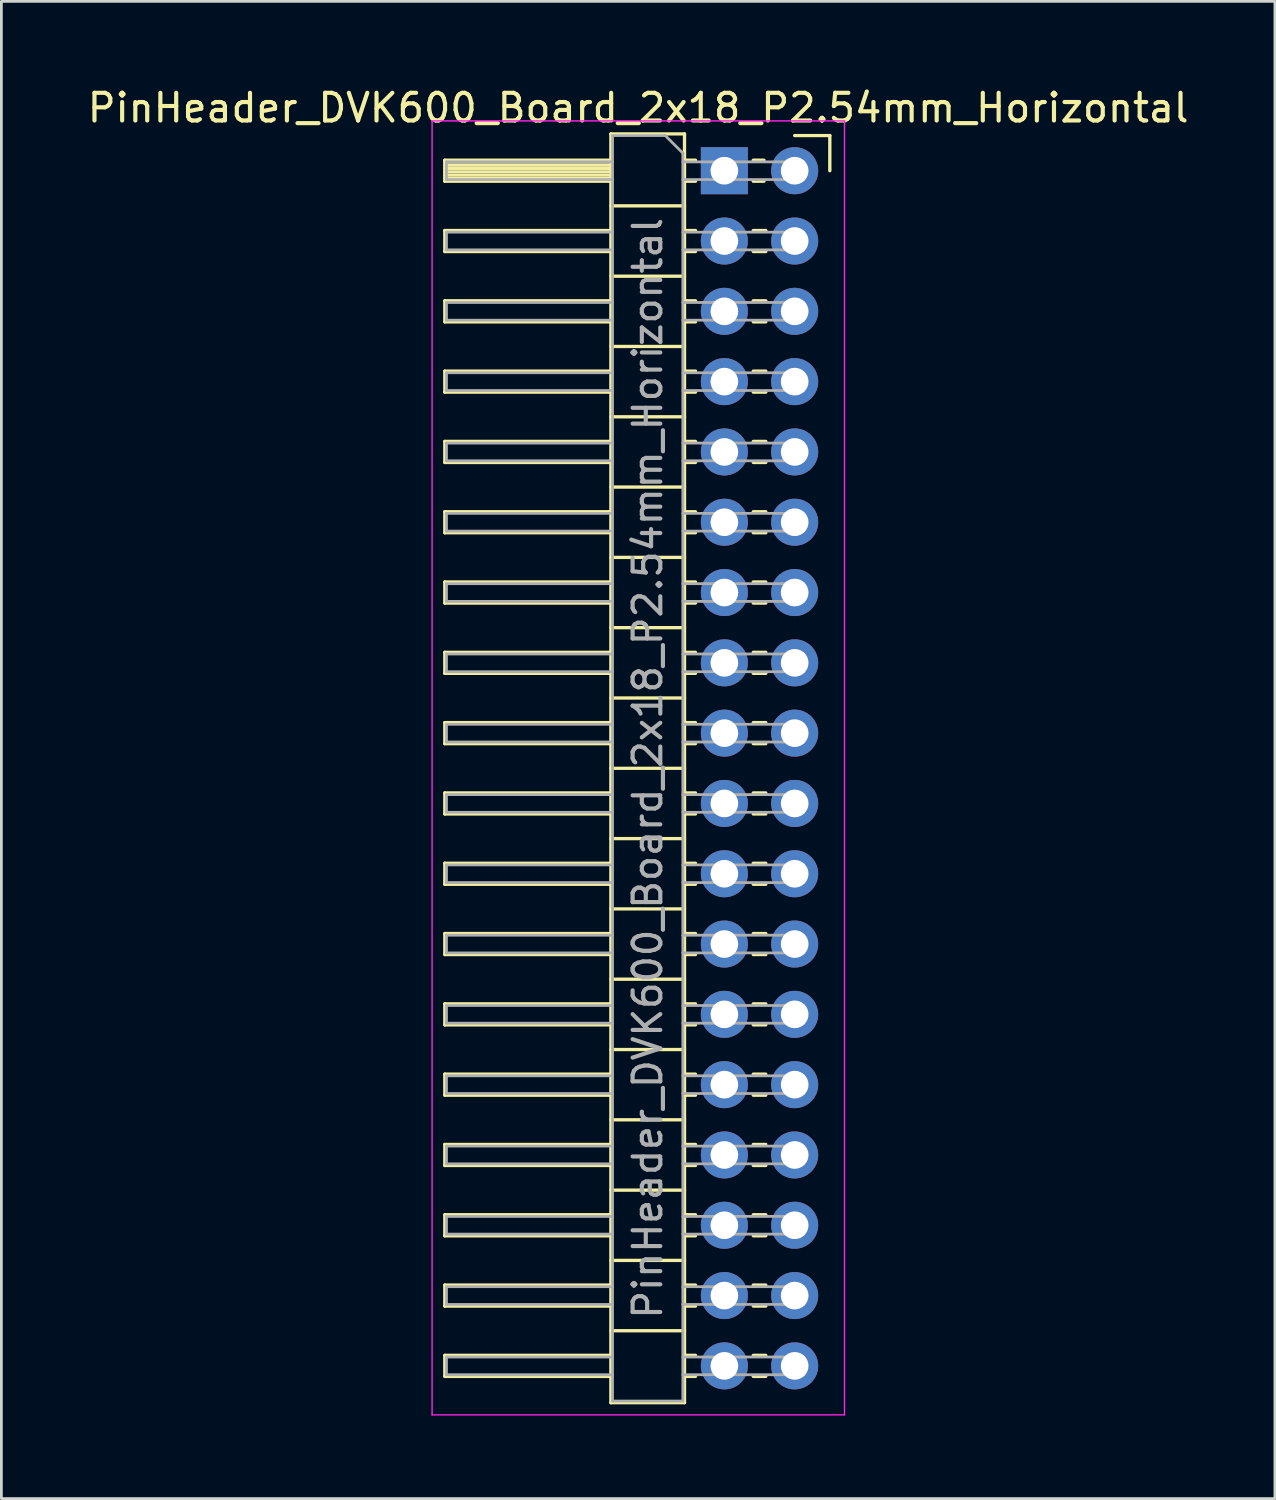
<source format=kicad_pcb>
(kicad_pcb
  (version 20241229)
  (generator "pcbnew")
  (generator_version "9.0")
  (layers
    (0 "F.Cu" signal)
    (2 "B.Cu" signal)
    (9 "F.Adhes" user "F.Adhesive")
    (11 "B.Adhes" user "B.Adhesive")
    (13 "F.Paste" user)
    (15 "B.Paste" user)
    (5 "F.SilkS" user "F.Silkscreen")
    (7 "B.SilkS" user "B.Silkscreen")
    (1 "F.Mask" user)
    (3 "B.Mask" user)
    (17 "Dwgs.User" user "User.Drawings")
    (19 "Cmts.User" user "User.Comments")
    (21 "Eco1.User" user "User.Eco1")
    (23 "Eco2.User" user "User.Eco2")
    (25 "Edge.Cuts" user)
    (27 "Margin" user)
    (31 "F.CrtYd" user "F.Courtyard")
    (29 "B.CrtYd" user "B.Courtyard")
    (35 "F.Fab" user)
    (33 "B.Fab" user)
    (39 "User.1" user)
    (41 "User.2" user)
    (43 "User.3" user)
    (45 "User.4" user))
  (footprint "PinHeader_DVK600_Board_2x18_P2.54mm_Horizontal"
    (layer "F.Cu")
    (at 14.231 3.118)
    (property "Reference" "PinHeader_DVK600_Board_2x18_P2.54mm_Horizontal" (at 5.775 -2.27 0) (layer "F.SilkS") (effects (font (size 1 1) (thickness 0.15))))
    (attr through_hole)
    (fp_line (start -1.21 -0.38) (end -1.21 0.38) (stroke (width 0.12) (type solid)) (layer "F.SilkS"))
    (fp_line (start -1.21 0.38) (end 4.79 0.38) (stroke (width 0.12) (type solid)) (layer "F.SilkS"))
    (fp_line (start -1.21 2.16) (end -1.21 2.92) (stroke (width 0.12) (type solid)) (layer "F.SilkS"))
    (fp_line (start -1.21 2.92) (end 4.79 2.92) (stroke (width 0.12) (type solid)) (layer "F.SilkS"))
    (fp_line (start -1.21 4.7) (end -1.21 5.46) (stroke (width 0.12) (type solid)) (layer "F.SilkS"))
    (fp_line (start -1.21 5.46) (end 4.79 5.46) (stroke (width 0.12) (type solid)) (layer "F.SilkS"))
    (fp_line (start -1.21 7.24) (end -1.21 8) (stroke (width 0.12) (type solid)) (layer "F.SilkS"))
    (fp_line (start -1.21 8) (end 4.79 8) (stroke (width 0.12) (type solid)) (layer "F.SilkS"))
    (fp_line (start -1.21 9.78) (end -1.21 10.54) (stroke (width 0.12) (type solid)) (layer "F.SilkS"))
    (fp_line (start -1.21 10.54) (end 4.79 10.54) (stroke (width 0.12) (type solid)) (layer "F.SilkS"))
    (fp_line (start -1.21 12.32) (end -1.21 13.08) (stroke (width 0.12) (type solid)) (layer "F.SilkS"))
    (fp_line (start -1.21 13.08) (end 4.79 13.08) (stroke (width 0.12) (type solid)) (layer "F.SilkS"))
    (fp_line (start -1.21 14.86) (end -1.21 15.62) (stroke (width 0.12) (type solid)) (layer "F.SilkS"))
    (fp_line (start -1.21 15.62) (end 4.79 15.62) (stroke (width 0.12) (type solid)) (layer "F.SilkS"))
    (fp_line (start -1.21 17.4) (end -1.21 18.16) (stroke (width 0.12) (type solid)) (layer "F.SilkS"))
    (fp_line (start -1.21 18.16) (end 4.79 18.16) (stroke (width 0.12) (type solid)) (layer "F.SilkS"))
    (fp_line (start -1.21 19.94) (end -1.21 20.7) (stroke (width 0.12) (type solid)) (layer "F.SilkS"))
    (fp_line (start -1.21 20.7) (end 4.79 20.7) (stroke (width 0.12) (type solid)) (layer "F.SilkS"))
    (fp_line (start -1.21 22.48) (end -1.21 23.24) (stroke (width 0.12) (type solid)) (layer "F.SilkS"))
    (fp_line (start -1.21 23.24) (end 4.79 23.24) (stroke (width 0.12) (type solid)) (layer "F.SilkS"))
    (fp_line (start -1.21 25.02) (end -1.21 25.78) (stroke (width 0.12) (type solid)) (layer "F.SilkS"))
    (fp_line (start -1.21 25.78) (end 4.79 25.78) (stroke (width 0.12) (type solid)) (layer "F.SilkS"))
    (fp_line (start -1.21 27.56) (end -1.21 28.32) (stroke (width 0.12) (type solid)) (layer "F.SilkS"))
    (fp_line (start -1.21 28.32) (end 4.79 28.32) (stroke (width 0.12) (type solid)) (layer "F.SilkS"))
    (fp_line (start -1.21 30.1) (end -1.21 30.86) (stroke (width 0.12) (type solid)) (layer "F.SilkS"))
    (fp_line (start -1.21 30.86) (end 4.79 30.86) (stroke (width 0.12) (type solid)) (layer "F.SilkS"))
    (fp_line (start -1.21 32.64) (end -1.21 33.4) (stroke (width 0.12) (type solid)) (layer "F.SilkS"))
    (fp_line (start -1.21 33.4) (end 4.79 33.4) (stroke (width 0.12) (type solid)) (layer "F.SilkS"))
    (fp_line (start -1.21 35.18) (end -1.21 35.94) (stroke (width 0.12) (type solid)) (layer "F.SilkS"))
    (fp_line (start -1.21 35.94) (end 4.79 35.94) (stroke (width 0.12) (type solid)) (layer "F.SilkS"))
    (fp_line (start -1.21 37.72) (end -1.21 38.48) (stroke (width 0.12) (type solid)) (layer "F.SilkS"))
    (fp_line (start -1.21 38.48) (end 4.79 38.48) (stroke (width 0.12) (type solid)) (layer "F.SilkS"))
    (fp_line (start -1.21 40.26) (end -1.21 41.02) (stroke (width 0.12) (type solid)) (layer "F.SilkS"))
    (fp_line (start -1.21 41.02) (end 4.79 41.02) (stroke (width 0.12) (type solid)) (layer "F.SilkS"))
    (fp_line (start -1.21 42.8) (end -1.21 43.56) (stroke (width 0.12) (type solid)) (layer "F.SilkS"))
    (fp_line (start -1.21 43.56) (end 4.79 43.56) (stroke (width 0.12) (type solid)) (layer "F.SilkS"))
    (fp_line (start 4.79 -1.33) (end 7.45 -1.33) (stroke (width 0.12) (type solid)) (layer "F.SilkS"))
    (fp_line (start 4.79 -0.38) (end -1.21 -0.38) (stroke (width 0.12) (type solid)) (layer "F.SilkS"))
    (fp_line (start 4.79 -0.32) (end -1.21 -0.32) (stroke (width 0.12) (type solid)) (layer "F.SilkS"))
    (fp_line (start 4.79 -0.2) (end -1.21 -0.2) (stroke (width 0.12) (type solid)) (layer "F.SilkS"))
    (fp_line (start 4.79 -0.08) (end -1.21 -0.08) (stroke (width 0.12) (type solid)) (layer "F.SilkS"))
    (fp_line (start 4.79 0.04) (end -1.21 0.04) (stroke (width 0.12) (type solid)) (layer "F.SilkS"))
    (fp_line (start 4.79 0.16) (end -1.21 0.16) (stroke (width 0.12) (type solid)) (layer "F.SilkS"))
    (fp_line (start 4.79 0.28) (end -1.21 0.28) (stroke (width 0.12) (type solid)) (layer "F.SilkS"))
    (fp_line (start 4.79 2.16) (end -1.21 2.16) (stroke (width 0.12) (type solid)) (layer "F.SilkS"))
    (fp_line (start 4.79 4.7) (end -1.21 4.7) (stroke (width 0.12) (type solid)) (layer "F.SilkS"))
    (fp_line (start 4.79 7.24) (end -1.21 7.24) (stroke (width 0.12) (type solid)) (layer "F.SilkS"))
    (fp_line (start 4.79 9.78) (end -1.21 9.78) (stroke (width 0.12) (type solid)) (layer "F.SilkS"))
    (fp_line (start 4.79 12.32) (end -1.21 12.32) (stroke (width 0.12) (type solid)) (layer "F.SilkS"))
    (fp_line (start 4.79 14.86) (end -1.21 14.86) (stroke (width 0.12) (type solid)) (layer "F.SilkS"))
    (fp_line (start 4.79 17.4) (end -1.21 17.4) (stroke (width 0.12) (type solid)) (layer "F.SilkS"))
    (fp_line (start 4.79 19.94) (end -1.21 19.94) (stroke (width 0.12) (type solid)) (layer "F.SilkS"))
    (fp_line (start 4.79 22.48) (end -1.21 22.48) (stroke (width 0.12) (type solid)) (layer "F.SilkS"))
    (fp_line (start 4.79 25.02) (end -1.21 25.02) (stroke (width 0.12) (type solid)) (layer "F.SilkS"))
    (fp_line (start 4.79 27.56) (end -1.21 27.56) (stroke (width 0.12) (type solid)) (layer "F.SilkS"))
    (fp_line (start 4.79 30.1) (end -1.21 30.1) (stroke (width 0.12) (type solid)) (layer "F.SilkS"))
    (fp_line (start 4.79 32.64) (end -1.21 32.64) (stroke (width 0.12) (type solid)) (layer "F.SilkS"))
    (fp_line (start 4.79 35.18) (end -1.21 35.18) (stroke (width 0.12) (type solid)) (layer "F.SilkS"))
    (fp_line (start 4.79 37.72) (end -1.21 37.72) (stroke (width 0.12) (type solid)) (layer "F.SilkS"))
    (fp_line (start 4.79 40.26) (end -1.21 40.26) (stroke (width 0.12) (type solid)) (layer "F.SilkS"))
    (fp_line (start 4.79 42.8) (end -1.21 42.8) (stroke (width 0.12) (type solid)) (layer "F.SilkS"))
    (fp_line (start 4.79 44.51) (end 4.79 -1.33) (stroke (width 0.12) (type solid)) (layer "F.SilkS"))
    (fp_line (start 7.45 -1.33) (end 7.45 44.51) (stroke (width 0.12) (type solid)) (layer "F.SilkS"))
    (fp_line (start 7.45 1.27) (end 4.79 1.27) (stroke (width 0.12) (type solid)) (layer "F.SilkS"))
    (fp_line (start 7.45 3.81) (end 4.79 3.81) (stroke (width 0.12) (type solid)) (layer "F.SilkS"))
    (fp_line (start 7.45 6.35) (end 4.79 6.35) (stroke (width 0.12) (type solid)) (layer "F.SilkS"))
    (fp_line (start 7.45 8.89) (end 4.79 8.89) (stroke (width 0.12) (type solid)) (layer "F.SilkS"))
    (fp_line (start 7.45 11.43) (end 4.79 11.43) (stroke (width 0.12) (type solid)) (layer "F.SilkS"))
    (fp_line (start 7.45 13.97) (end 4.79 13.97) (stroke (width 0.12) (type solid)) (layer "F.SilkS"))
    (fp_line (start 7.45 16.51) (end 4.79 16.51) (stroke (width 0.12) (type solid)) (layer "F.SilkS"))
    (fp_line (start 7.45 19.05) (end 4.79 19.05) (stroke (width 0.12) (type solid)) (layer "F.SilkS"))
    (fp_line (start 7.45 21.59) (end 4.79 21.59) (stroke (width 0.12) (type solid)) (layer "F.SilkS"))
    (fp_line (start 7.45 24.13) (end 4.79 24.13) (stroke (width 0.12) (type solid)) (layer "F.SilkS"))
    (fp_line (start 7.45 26.67) (end 4.79 26.67) (stroke (width 0.12) (type solid)) (layer "F.SilkS"))
    (fp_line (start 7.45 29.21) (end 4.79 29.21) (stroke (width 0.12) (type solid)) (layer "F.SilkS"))
    (fp_line (start 7.45 31.75) (end 4.79 31.75) (stroke (width 0.12) (type solid)) (layer "F.SilkS"))
    (fp_line (start 7.45 34.29) (end 4.79 34.29) (stroke (width 0.12) (type solid)) (layer "F.SilkS"))
    (fp_line (start 7.45 36.83) (end 4.79 36.83) (stroke (width 0.12) (type solid)) (layer "F.SilkS"))
    (fp_line (start 7.45 39.37) (end 4.79 39.37) (stroke (width 0.12) (type solid)) (layer "F.SilkS"))
    (fp_line (start 7.45 41.91) (end 4.79 41.91) (stroke (width 0.12) (type solid)) (layer "F.SilkS"))
    (fp_line (start 7.45 44.51) (end 4.79 44.51) (stroke (width 0.12) (type solid)) (layer "F.SilkS"))
    (fp_line (start 7.847 -0.38) (end 7.45 -0.38) (stroke (width 0.12) (type solid)) (layer "F.SilkS"))
    (fp_line (start 7.847 0.38) (end 7.45 0.38) (stroke (width 0.12) (type solid)) (layer "F.SilkS"))
    (fp_line (start 7.847 2.16) (end 7.45 2.16) (stroke (width 0.12) (type solid)) (layer "F.SilkS"))
    (fp_line (start 7.847 2.92) (end 7.45 2.92) (stroke (width 0.12) (type solid)) (layer "F.SilkS"))
    (fp_line (start 7.847 4.7) (end 7.45 4.7) (stroke (width 0.12) (type solid)) (layer "F.SilkS"))
    (fp_line (start 7.847 5.46) (end 7.45 5.46) (stroke (width 0.12) (type solid)) (layer "F.SilkS"))
    (fp_line (start 7.847 7.24) (end 7.45 7.24) (stroke (width 0.12) (type solid)) (layer "F.SilkS"))
    (fp_line (start 7.847 8) (end 7.45 8) (stroke (width 0.12) (type solid)) (layer "F.SilkS"))
    (fp_line (start 7.847 9.78) (end 7.45 9.78) (stroke (width 0.12) (type solid)) (layer "F.SilkS"))
    (fp_line (start 7.847 10.54) (end 7.45 10.54) (stroke (width 0.12) (type solid)) (layer "F.SilkS"))
    (fp_line (start 7.847 12.32) (end 7.45 12.32) (stroke (width 0.12) (type solid)) (layer "F.SilkS"))
    (fp_line (start 7.847 13.08) (end 7.45 13.08) (stroke (width 0.12) (type solid)) (layer "F.SilkS"))
    (fp_line (start 7.847 14.86) (end 7.45 14.86) (stroke (width 0.12) (type solid)) (layer "F.SilkS"))
    (fp_line (start 7.847 15.62) (end 7.45 15.62) (stroke (width 0.12) (type solid)) (layer "F.SilkS"))
    (fp_line (start 7.847 17.4) (end 7.45 17.4) (stroke (width 0.12) (type solid)) (layer "F.SilkS"))
    (fp_line (start 7.847 18.16) (end 7.45 18.16) (stroke (width 0.12) (type solid)) (layer "F.SilkS"))
    (fp_line (start 7.847 19.94) (end 7.45 19.94) (stroke (width 0.12) (type solid)) (layer "F.SilkS"))
    (fp_line (start 7.847 20.7) (end 7.45 20.7) (stroke (width 0.12) (type solid)) (layer "F.SilkS"))
    (fp_line (start 7.847 22.48) (end 7.45 22.48) (stroke (width 0.12) (type solid)) (layer "F.SilkS"))
    (fp_line (start 7.847 23.24) (end 7.45 23.24) (stroke (width 0.12) (type solid)) (layer "F.SilkS"))
    (fp_line (start 7.847 25.02) (end 7.45 25.02) (stroke (width 0.12) (type solid)) (layer "F.SilkS"))
    (fp_line (start 7.847 25.78) (end 7.45 25.78) (stroke (width 0.12) (type solid)) (layer "F.SilkS"))
    (fp_line (start 7.847 27.56) (end 7.45 27.56) (stroke (width 0.12) (type solid)) (layer "F.SilkS"))
    (fp_line (start 7.847 28.32) (end 7.45 28.32) (stroke (width 0.12) (type solid)) (layer "F.SilkS"))
    (fp_line (start 7.847 30.1) (end 7.45 30.1) (stroke (width 0.12) (type solid)) (layer "F.SilkS"))
    (fp_line (start 7.847 30.86) (end 7.45 30.86) (stroke (width 0.12) (type solid)) (layer "F.SilkS"))
    (fp_line (start 7.847 32.64) (end 7.45 32.64) (stroke (width 0.12) (type solid)) (layer "F.SilkS"))
    (fp_line (start 7.847 33.4) (end 7.45 33.4) (stroke (width 0.12) (type solid)) (layer "F.SilkS"))
    (fp_line (start 7.847 35.18) (end 7.45 35.18) (stroke (width 0.12) (type solid)) (layer "F.SilkS"))
    (fp_line (start 7.847 35.94) (end 7.45 35.94) (stroke (width 0.12) (type solid)) (layer "F.SilkS"))
    (fp_line (start 7.847 37.72) (end 7.45 37.72) (stroke (width 0.12) (type solid)) (layer "F.SilkS"))
    (fp_line (start 7.847 38.48) (end 7.45 38.48) (stroke (width 0.12) (type solid)) (layer "F.SilkS"))
    (fp_line (start 7.847 40.26) (end 7.45 40.26) (stroke (width 0.12) (type solid)) (layer "F.SilkS"))
    (fp_line (start 7.847 41.02) (end 7.45 41.02) (stroke (width 0.12) (type solid)) (layer "F.SilkS"))
    (fp_line (start 7.847 42.8) (end 7.45 42.8) (stroke (width 0.12) (type solid)) (layer "F.SilkS"))
    (fp_line (start 7.847 43.56) (end 7.45 43.56) (stroke (width 0.12) (type solid)) (layer "F.SilkS"))
    (fp_line (start 10.32 -0.38) (end 9.933 -0.38) (stroke (width 0.12) (type solid)) (layer "F.SilkS"))
    (fp_line (start 10.32 0.38) (end 9.933 0.38) (stroke (width 0.12) (type solid)) (layer "F.SilkS"))
    (fp_line (start 10.387 2.16) (end 9.933 2.16) (stroke (width 0.12) (type solid)) (layer "F.SilkS"))
    (fp_line (start 10.387 2.92) (end 9.933 2.92) (stroke (width 0.12) (type solid)) (layer "F.SilkS"))
    (fp_line (start 10.387 4.7) (end 9.933 4.7) (stroke (width 0.12) (type solid)) (layer "F.SilkS"))
    (fp_line (start 10.387 5.46) (end 9.933 5.46) (stroke (width 0.12) (type solid)) (layer "F.SilkS"))
    (fp_line (start 10.387 7.24) (end 9.933 7.24) (stroke (width 0.12) (type solid)) (layer "F.SilkS"))
    (fp_line (start 10.387 8) (end 9.933 8) (stroke (width 0.12) (type solid)) (layer "F.SilkS"))
    (fp_line (start 10.387 9.78) (end 9.933 9.78) (stroke (width 0.12) (type solid)) (layer "F.SilkS"))
    (fp_line (start 10.387 10.54) (end 9.933 10.54) (stroke (width 0.12) (type solid)) (layer "F.SilkS"))
    (fp_line (start 10.387 12.32) (end 9.933 12.32) (stroke (width 0.12) (type solid)) (layer "F.SilkS"))
    (fp_line (start 10.387 13.08) (end 9.933 13.08) (stroke (width 0.12) (type solid)) (layer "F.SilkS"))
    (fp_line (start 10.387 14.86) (end 9.933 14.86) (stroke (width 0.12) (type solid)) (layer "F.SilkS"))
    (fp_line (start 10.387 15.62) (end 9.933 15.62) (stroke (width 0.12) (type solid)) (layer "F.SilkS"))
    (fp_line (start 10.387 17.4) (end 9.933 17.4) (stroke (width 0.12) (type solid)) (layer "F.SilkS"))
    (fp_line (start 10.387 18.16) (end 9.933 18.16) (stroke (width 0.12) (type solid)) (layer "F.SilkS"))
    (fp_line (start 10.387 19.94) (end 9.933 19.94) (stroke (width 0.12) (type solid)) (layer "F.SilkS"))
    (fp_line (start 10.387 20.7) (end 9.933 20.7) (stroke (width 0.12) (type solid)) (layer "F.SilkS"))
    (fp_line (start 10.387 22.48) (end 9.933 22.48) (stroke (width 0.12) (type solid)) (layer "F.SilkS"))
    (fp_line (start 10.387 23.24) (end 9.933 23.24) (stroke (width 0.12) (type solid)) (layer "F.SilkS"))
    (fp_line (start 10.387 25.02) (end 9.933 25.02) (stroke (width 0.12) (type solid)) (layer "F.SilkS"))
    (fp_line (start 10.387 25.78) (end 9.933 25.78) (stroke (width 0.12) (type solid)) (layer "F.SilkS"))
    (fp_line (start 10.387 27.56) (end 9.933 27.56) (stroke (width 0.12) (type solid)) (layer "F.SilkS"))
    (fp_line (start 10.387 28.32) (end 9.933 28.32) (stroke (width 0.12) (type solid)) (layer "F.SilkS"))
    (fp_line (start 10.387 30.1) (end 9.933 30.1) (stroke (width 0.12) (type solid)) (layer "F.SilkS"))
    (fp_line (start 10.387 30.86) (end 9.933 30.86) (stroke (width 0.12) (type solid)) (layer "F.SilkS"))
    (fp_line (start 10.387 32.64) (end 9.933 32.64) (stroke (width 0.12) (type solid)) (layer "F.SilkS"))
    (fp_line (start 10.387 33.4) (end 9.933 33.4) (stroke (width 0.12) (type solid)) (layer "F.SilkS"))
    (fp_line (start 10.387 35.18) (end 9.933 35.18) (stroke (width 0.12) (type solid)) (layer "F.SilkS"))
    (fp_line (start 10.387 35.94) (end 9.933 35.94) (stroke (width 0.12) (type solid)) (layer "F.SilkS"))
    (fp_line (start 10.387 37.72) (end 9.933 37.72) (stroke (width 0.12) (type solid)) (layer "F.SilkS"))
    (fp_line (start 10.387 38.48) (end 9.933 38.48) (stroke (width 0.12) (type solid)) (layer "F.SilkS"))
    (fp_line (start 10.387 40.26) (end 9.933 40.26) (stroke (width 0.12) (type solid)) (layer "F.SilkS"))
    (fp_line (start 10.387 41.02) (end 9.933 41.02) (stroke (width 0.12) (type solid)) (layer "F.SilkS"))
    (fp_line (start 10.387 42.8) (end 9.933 42.8) (stroke (width 0.12) (type solid)) (layer "F.SilkS"))
    (fp_line (start 10.387 43.56) (end 9.933 43.56) (stroke (width 0.12) (type solid)) (layer "F.SilkS"))
    (fp_line (start 12.7 -1.27) (end 11.43 -1.27) (stroke (width 0.12) (type solid)) (layer "F.SilkS"))
    (fp_line (start 12.7 0) (end 12.7 -1.27) (stroke (width 0.12) (type solid)) (layer "F.SilkS"))
    (fp_line (start -1.67 -1.8) (end 13.23 -1.8) (stroke (width 0.05) (type solid)) (layer "F.CrtYd"))
    (fp_line (start -1.67 44.95) (end -1.67 -1.8) (stroke (width 0.05) (type solid)) (layer "F.CrtYd"))
    (fp_line (start 13.23 -1.8) (end 13.23 44.95) (stroke (width 0.05) (type solid)) (layer "F.CrtYd"))
    (fp_line (start 13.23 44.95) (end -1.67 44.95) (stroke (width 0.05) (type solid)) (layer "F.CrtYd"))
    (fp_line (start -1.15 -0.32) (end -1.15 0.32) (stroke (width 0.1) (type solid)) (layer "F.Fab"))
    (fp_line (start -1.15 2.22) (end -1.15 2.86) (stroke (width 0.1) (type solid)) (layer "F.Fab"))
    (fp_line (start -1.15 4.76) (end -1.15 5.4) (stroke (width 0.1) (type solid)) (layer "F.Fab"))
    (fp_line (start -1.15 7.3) (end -1.15 7.94) (stroke (width 0.1) (type solid)) (layer "F.Fab"))
    (fp_line (start -1.15 9.84) (end -1.15 10.48) (stroke (width 0.1) (type solid)) (layer "F.Fab"))
    (fp_line (start -1.15 12.38) (end -1.15 13.02) (stroke (width 0.1) (type solid)) (layer "F.Fab"))
    (fp_line (start -1.15 14.92) (end -1.15 15.56) (stroke (width 0.1) (type solid)) (layer "F.Fab"))
    (fp_line (start -1.15 17.46) (end -1.15 18.1) (stroke (width 0.1) (type solid)) (layer "F.Fab"))
    (fp_line (start -1.15 20) (end -1.15 20.64) (stroke (width 0.1) (type solid)) (layer "F.Fab"))
    (fp_line (start -1.15 22.54) (end -1.15 23.18) (stroke (width 0.1) (type solid)) (layer "F.Fab"))
    (fp_line (start -1.15 25.08) (end -1.15 25.72) (stroke (width 0.1) (type solid)) (layer "F.Fab"))
    (fp_line (start -1.15 27.62) (end -1.15 28.26) (stroke (width 0.1) (type solid)) (layer "F.Fab"))
    (fp_line (start -1.15 30.16) (end -1.15 30.8) (stroke (width 0.1) (type solid)) (layer "F.Fab"))
    (fp_line (start -1.15 32.7) (end -1.15 33.34) (stroke (width 0.1) (type solid)) (layer "F.Fab"))
    (fp_line (start -1.15 35.24) (end -1.15 35.88) (stroke (width 0.1) (type solid)) (layer "F.Fab"))
    (fp_line (start -1.15 37.78) (end -1.15 38.42) (stroke (width 0.1) (type solid)) (layer "F.Fab"))
    (fp_line (start -1.15 40.32) (end -1.15 40.96) (stroke (width 0.1) (type solid)) (layer "F.Fab"))
    (fp_line (start -1.15 42.86) (end -1.15 43.5) (stroke (width 0.1) (type solid)) (layer "F.Fab"))
    (fp_line (start 4.85 -1.27) (end 4.85 44.45) (stroke (width 0.1) (type solid)) (layer "F.Fab"))
    (fp_line (start 4.85 -0.32) (end -1.15 -0.32) (stroke (width 0.1) (type solid)) (layer "F.Fab"))
    (fp_line (start 4.85 0.32) (end -1.15 0.32) (stroke (width 0.1) (type solid)) (layer "F.Fab"))
    (fp_line (start 4.85 2.22) (end -1.15 2.22) (stroke (width 0.1) (type solid)) (layer "F.Fab"))
    (fp_line (start 4.85 2.86) (end -1.15 2.86) (stroke (width 0.1) (type solid)) (layer "F.Fab"))
    (fp_line (start 4.85 4.76) (end -1.15 4.76) (stroke (width 0.1) (type solid)) (layer "F.Fab"))
    (fp_line (start 4.85 5.4) (end -1.15 5.4) (stroke (width 0.1) (type solid)) (layer "F.Fab"))
    (fp_line (start 4.85 7.3) (end -1.15 7.3) (stroke (width 0.1) (type solid)) (layer "F.Fab"))
    (fp_line (start 4.85 7.94) (end -1.15 7.94) (stroke (width 0.1) (type solid)) (layer "F.Fab"))
    (fp_line (start 4.85 9.84) (end -1.15 9.84) (stroke (width 0.1) (type solid)) (layer "F.Fab"))
    (fp_line (start 4.85 10.48) (end -1.15 10.48) (stroke (width 0.1) (type solid)) (layer "F.Fab"))
    (fp_line (start 4.85 12.38) (end -1.15 12.38) (stroke (width 0.1) (type solid)) (layer "F.Fab"))
    (fp_line (start 4.85 13.02) (end -1.15 13.02) (stroke (width 0.1) (type solid)) (layer "F.Fab"))
    (fp_line (start 4.85 14.92) (end -1.15 14.92) (stroke (width 0.1) (type solid)) (layer "F.Fab"))
    (fp_line (start 4.85 15.56) (end -1.15 15.56) (stroke (width 0.1) (type solid)) (layer "F.Fab"))
    (fp_line (start 4.85 17.46) (end -1.15 17.46) (stroke (width 0.1) (type solid)) (layer "F.Fab"))
    (fp_line (start 4.85 18.1) (end -1.15 18.1) (stroke (width 0.1) (type solid)) (layer "F.Fab"))
    (fp_line (start 4.85 20) (end -1.15 20) (stroke (width 0.1) (type solid)) (layer "F.Fab"))
    (fp_line (start 4.85 20.64) (end -1.15 20.64) (stroke (width 0.1) (type solid)) (layer "F.Fab"))
    (fp_line (start 4.85 22.54) (end -1.15 22.54) (stroke (width 0.1) (type solid)) (layer "F.Fab"))
    (fp_line (start 4.85 23.18) (end -1.15 23.18) (stroke (width 0.1) (type solid)) (layer "F.Fab"))
    (fp_line (start 4.85 25.08) (end -1.15 25.08) (stroke (width 0.1) (type solid)) (layer "F.Fab"))
    (fp_line (start 4.85 25.72) (end -1.15 25.72) (stroke (width 0.1) (type solid)) (layer "F.Fab"))
    (fp_line (start 4.85 27.62) (end -1.15 27.62) (stroke (width 0.1) (type solid)) (layer "F.Fab"))
    (fp_line (start 4.85 28.26) (end -1.15 28.26) (stroke (width 0.1) (type solid)) (layer "F.Fab"))
    (fp_line (start 4.85 30.16) (end -1.15 30.16) (stroke (width 0.1) (type solid)) (layer "F.Fab"))
    (fp_line (start 4.85 30.8) (end -1.15 30.8) (stroke (width 0.1) (type solid)) (layer "F.Fab"))
    (fp_line (start 4.85 32.7) (end -1.15 32.7) (stroke (width 0.1) (type solid)) (layer "F.Fab"))
    (fp_line (start 4.85 33.34) (end -1.15 33.34) (stroke (width 0.1) (type solid)) (layer "F.Fab"))
    (fp_line (start 4.85 35.24) (end -1.15 35.24) (stroke (width 0.1) (type solid)) (layer "F.Fab"))
    (fp_line (start 4.85 35.88) (end -1.15 35.88) (stroke (width 0.1) (type solid)) (layer "F.Fab"))
    (fp_line (start 4.85 37.78) (end -1.15 37.78) (stroke (width 0.1) (type solid)) (layer "F.Fab"))
    (fp_line (start 4.85 38.42) (end -1.15 38.42) (stroke (width 0.1) (type solid)) (layer "F.Fab"))
    (fp_line (start 4.85 40.32) (end -1.15 40.32) (stroke (width 0.1) (type solid)) (layer "F.Fab"))
    (fp_line (start 4.85 40.96) (end -1.15 40.96) (stroke (width 0.1) (type solid)) (layer "F.Fab"))
    (fp_line (start 4.85 42.86) (end -1.15 42.86) (stroke (width 0.1) (type solid)) (layer "F.Fab"))
    (fp_line (start 4.85 43.5) (end -1.15 43.5) (stroke (width 0.1) (type solid)) (layer "F.Fab"))
    (fp_line (start 4.85 44.45) (end 7.39 44.45) (stroke (width 0.1) (type solid)) (layer "F.Fab"))
    (fp_line (start 6.755 -1.27) (end 4.85 -1.27) (stroke (width 0.1) (type solid)) (layer "F.Fab"))
    (fp_line (start 7.39 -0.635) (end 6.755 -1.27) (stroke (width 0.1) (type solid)) (layer "F.Fab"))
    (fp_line (start 7.39 44.45) (end 7.39 -0.635) (stroke (width 0.1) (type solid)) (layer "F.Fab"))
    (fp_line (start 11.75 -0.32) (end 7.39 -0.32) (stroke (width 0.1) (type solid)) (layer "F.Fab"))
    (fp_line (start 11.75 -0.32) (end 11.75 0.32) (stroke (width 0.1) (type solid)) (layer "F.Fab"))
    (fp_line (start 11.75 0.32) (end 7.39 0.32) (stroke (width 0.1) (type solid)) (layer "F.Fab"))
    (fp_line (start 11.75 2.22) (end 7.39 2.22) (stroke (width 0.1) (type solid)) (layer "F.Fab"))
    (fp_line (start 11.75 2.22) (end 11.75 2.86) (stroke (width 0.1) (type solid)) (layer "F.Fab"))
    (fp_line (start 11.75 2.86) (end 7.39 2.86) (stroke (width 0.1) (type solid)) (layer "F.Fab"))
    (fp_line (start 11.75 4.76) (end 7.39 4.76) (stroke (width 0.1) (type solid)) (layer "F.Fab"))
    (fp_line (start 11.75 4.76) (end 11.75 5.4) (stroke (width 0.1) (type solid)) (layer "F.Fab"))
    (fp_line (start 11.75 5.4) (end 7.39 5.4) (stroke (width 0.1) (type solid)) (layer "F.Fab"))
    (fp_line (start 11.75 7.3) (end 7.39 7.3) (stroke (width 0.1) (type solid)) (layer "F.Fab"))
    (fp_line (start 11.75 7.3) (end 11.75 7.94) (stroke (width 0.1) (type solid)) (layer "F.Fab"))
    (fp_line (start 11.75 7.94) (end 7.39 7.94) (stroke (width 0.1) (type solid)) (layer "F.Fab"))
    (fp_line (start 11.75 9.84) (end 7.39 9.84) (stroke (width 0.1) (type solid)) (layer "F.Fab"))
    (fp_line (start 11.75 9.84) (end 11.75 10.48) (stroke (width 0.1) (type solid)) (layer "F.Fab"))
    (fp_line (start 11.75 10.48) (end 7.39 10.48) (stroke (width 0.1) (type solid)) (layer "F.Fab"))
    (fp_line (start 11.75 12.38) (end 7.39 12.38) (stroke (width 0.1) (type solid)) (layer "F.Fab"))
    (fp_line (start 11.75 12.38) (end 11.75 13.02) (stroke (width 0.1) (type solid)) (layer "F.Fab"))
    (fp_line (start 11.75 13.02) (end 7.39 13.02) (stroke (width 0.1) (type solid)) (layer "F.Fab"))
    (fp_line (start 11.75 14.92) (end 7.39 14.92) (stroke (width 0.1) (type solid)) (layer "F.Fab"))
    (fp_line (start 11.75 14.92) (end 11.75 15.56) (stroke (width 0.1) (type solid)) (layer "F.Fab"))
    (fp_line (start 11.75 15.56) (end 7.39 15.56) (stroke (width 0.1) (type solid)) (layer "F.Fab"))
    (fp_line (start 11.75 17.46) (end 7.39 17.46) (stroke (width 0.1) (type solid)) (layer "F.Fab"))
    (fp_line (start 11.75 17.46) (end 11.75 18.1) (stroke (width 0.1) (type solid)) (layer "F.Fab"))
    (fp_line (start 11.75 18.1) (end 7.39 18.1) (stroke (width 0.1) (type solid)) (layer "F.Fab"))
    (fp_line (start 11.75 20) (end 7.39 20) (stroke (width 0.1) (type solid)) (layer "F.Fab"))
    (fp_line (start 11.75 20) (end 11.75 20.64) (stroke (width 0.1) (type solid)) (layer "F.Fab"))
    (fp_line (start 11.75 20.64) (end 7.39 20.64) (stroke (width 0.1) (type solid)) (layer "F.Fab"))
    (fp_line (start 11.75 22.54) (end 7.39 22.54) (stroke (width 0.1) (type solid)) (layer "F.Fab"))
    (fp_line (start 11.75 22.54) (end 11.75 23.18) (stroke (width 0.1) (type solid)) (layer "F.Fab"))
    (fp_line (start 11.75 23.18) (end 7.39 23.18) (stroke (width 0.1) (type solid)) (layer "F.Fab"))
    (fp_line (start 11.75 25.08) (end 7.39 25.08) (stroke (width 0.1) (type solid)) (layer "F.Fab"))
    (fp_line (start 11.75 25.08) (end 11.75 25.72) (stroke (width 0.1) (type solid)) (layer "F.Fab"))
    (fp_line (start 11.75 25.72) (end 7.39 25.72) (stroke (width 0.1) (type solid)) (layer "F.Fab"))
    (fp_line (start 11.75 27.62) (end 7.39 27.62) (stroke (width 0.1) (type solid)) (layer "F.Fab"))
    (fp_line (start 11.75 27.62) (end 11.75 28.26) (stroke (width 0.1) (type solid)) (layer "F.Fab"))
    (fp_line (start 11.75 28.26) (end 7.39 28.26) (stroke (width 0.1) (type solid)) (layer "F.Fab"))
    (fp_line (start 11.75 30.16) (end 7.39 30.16) (stroke (width 0.1) (type solid)) (layer "F.Fab"))
    (fp_line (start 11.75 30.16) (end 11.75 30.8) (stroke (width 0.1) (type solid)) (layer "F.Fab"))
    (fp_line (start 11.75 30.8) (end 7.39 30.8) (stroke (width 0.1) (type solid)) (layer "F.Fab"))
    (fp_line (start 11.75 32.7) (end 7.39 32.7) (stroke (width 0.1) (type solid)) (layer "F.Fab"))
    (fp_line (start 11.75 32.7) (end 11.75 33.34) (stroke (width 0.1) (type solid)) (layer "F.Fab"))
    (fp_line (start 11.75 33.34) (end 7.39 33.34) (stroke (width 0.1) (type solid)) (layer "F.Fab"))
    (fp_line (start 11.75 35.24) (end 7.39 35.24) (stroke (width 0.1) (type solid)) (layer "F.Fab"))
    (fp_line (start 11.75 35.24) (end 11.75 35.88) (stroke (width 0.1) (type solid)) (layer "F.Fab"))
    (fp_line (start 11.75 35.88) (end 7.39 35.88) (stroke (width 0.1) (type solid)) (layer "F.Fab"))
    (fp_line (start 11.75 37.78) (end 7.39 37.78) (stroke (width 0.1) (type solid)) (layer "F.Fab"))
    (fp_line (start 11.75 37.78) (end 11.75 38.42) (stroke (width 0.1) (type solid)) (layer "F.Fab"))
    (fp_line (start 11.75 38.42) (end 7.39 38.42) (stroke (width 0.1) (type solid)) (layer "F.Fab"))
    (fp_line (start 11.75 40.32) (end 7.39 40.32) (stroke (width 0.1) (type solid)) (layer "F.Fab"))
    (fp_line (start 11.75 40.32) (end 11.75 40.96) (stroke (width 0.1) (type solid)) (layer "F.Fab"))
    (fp_line (start 11.75 40.96) (end 7.39 40.96) (stroke (width 0.1) (type solid)) (layer "F.Fab"))
    (fp_line (start 11.75 42.86) (end 7.39 42.86) (stroke (width 0.1) (type solid)) (layer "F.Fab"))
    (fp_line (start 11.75 42.86) (end 11.75 43.5) (stroke (width 0.1) (type solid)) (layer "F.Fab"))
    (fp_line (start 11.75 43.5) (end 7.39 43.5) (stroke (width 0.1) (type solid)) (layer "F.Fab"))
    (fp_text user "${REFERENCE}" (at 6.12 21.59 90) (layer "F.Fab") (effects (font (size 1 1) (thickness 0.15))))
    (pad "1" thru_hole rect (at 8.89 0) (size 1.7 1.7) (drill 1) (layers "*.Cu" "*.Mask"))
    (pad "2" thru_hole circle (at 11.43 0) (size 1.7 1.7) (drill 1) (layers "*.Cu" "*.Mask"))
    (pad "3" thru_hole oval (at 8.89 2.54) (size 1.7 1.7) (drill 1) (layers "*.Cu" "*.Mask"))
    (pad "4" thru_hole oval (at 11.43 2.54) (size 1.7 1.7) (drill 1) (layers "*.Cu" "*.Mask"))
    (pad "5" thru_hole oval (at 8.89 5.08) (size 1.7 1.7) (drill 1) (layers "*.Cu" "*.Mask"))
    (pad "6" thru_hole oval (at 11.43 5.08) (size 1.7 1.7) (drill 1) (layers "*.Cu" "*.Mask"))
    (pad "7" thru_hole oval (at 8.89 7.62) (size 1.7 1.7) (drill 1) (layers "*.Cu" "*.Mask"))
    (pad "8" thru_hole oval (at 11.43 7.62) (size 1.7 1.7) (drill 1) (layers "*.Cu" "*.Mask"))
    (pad "9" thru_hole oval (at 8.89 10.16) (size 1.7 1.7) (drill 1) (layers "*.Cu" "*.Mask"))
    (pad "10" thru_hole oval (at 11.43 10.16) (size 1.7 1.7) (drill 1) (layers "*.Cu" "*.Mask"))
    (pad "11" thru_hole oval (at 8.89 12.7) (size 1.7 1.7) (drill 1) (layers "*.Cu" "*.Mask"))
    (pad "12" thru_hole oval (at 11.43 12.7) (size 1.7 1.7) (drill 1) (layers "*.Cu" "*.Mask"))
    (pad "13" thru_hole oval (at 8.89 15.24) (size 1.7 1.7) (drill 1) (layers "*.Cu" "*.Mask"))
    (pad "14" thru_hole oval (at 11.43 15.24) (size 1.7 1.7) (drill 1) (layers "*.Cu" "*.Mask"))
    (pad "15" thru_hole oval (at 8.89 17.78) (size 1.7 1.7) (drill 1) (layers "*.Cu" "*.Mask"))
    (pad "16" thru_hole oval (at 11.43 17.78) (size 1.7 1.7) (drill 1) (layers "*.Cu" "*.Mask"))
    (pad "17" thru_hole oval (at 8.89 20.32) (size 1.7 1.7) (drill 1) (layers "*.Cu" "*.Mask"))
    (pad "18" thru_hole oval (at 11.43 20.32) (size 1.7 1.7) (drill 1) (layers "*.Cu" "*.Mask"))
    (pad "19" thru_hole oval (at 8.89 22.86) (size 1.7 1.7) (drill 1) (layers "*.Cu" "*.Mask"))
    (pad "20" thru_hole oval (at 11.43 22.86) (size 1.7 1.7) (drill 1) (layers "*.Cu" "*.Mask"))
    (pad "21" thru_hole oval (at 8.89 25.4) (size 1.7 1.7) (drill 1) (layers "*.Cu" "*.Mask"))
    (pad "22" thru_hole oval (at 11.43 25.4) (size 1.7 1.7) (drill 1) (layers "*.Cu" "*.Mask"))
    (pad "23" thru_hole oval (at 8.89 27.94) (size 1.7 1.7) (drill 1) (layers "*.Cu" "*.Mask"))
    (pad "24" thru_hole oval (at 11.43 27.94) (size 1.7 1.7) (drill 1) (layers "*.Cu" "*.Mask"))
    (pad "25" thru_hole oval (at 8.89 30.48) (size 1.7 1.7) (drill 1) (layers "*.Cu" "*.Mask"))
    (pad "26" thru_hole oval (at 11.43 30.48) (size 1.7 1.7) (drill 1) (layers "*.Cu" "*.Mask"))
    (pad "27" thru_hole oval (at 8.89 33.02) (size 1.7 1.7) (drill 1) (layers "*.Cu" "*.Mask"))
    (pad "28" thru_hole oval (at 11.43 33.02) (size 1.7 1.7) (drill 1) (layers "*.Cu" "*.Mask"))
    (pad "29" thru_hole oval (at 8.89 35.56) (size 1.7 1.7) (drill 1) (layers "*.Cu" "*.Mask"))
    (pad "30" thru_hole oval (at 11.43 35.56) (size 1.7 1.7) (drill 1) (layers "*.Cu" "*.Mask"))
    (pad "31" thru_hole oval (at 8.89 38.1) (size 1.7 1.7) (drill 1) (layers "*.Cu" "*.Mask"))
    (pad "32" thru_hole oval (at 11.43 38.1) (size 1.7 1.7) (drill 1) (layers "*.Cu" "*.Mask"))
    (pad "33" thru_hole oval (at 8.89 40.64) (size 1.7 1.7) (drill 1) (layers "*.Cu" "*.Mask"))
    (pad "34" thru_hole oval (at 11.43 40.64) (size 1.7 1.7) (drill 1) (layers "*.Cu" "*.Mask"))
    (pad "35" thru_hole oval (at 8.89 43.18) (size 1.7 1.7) (drill 1) (layers "*.Cu" "*.Mask"))
    (pad "36" thru_hole oval (at 11.43 43.18) (size 1.7 1.7) (drill 1) (layers "*.Cu" "*.Mask")))
  (gr_rect
    (start -3 -3)
    (end 43.012 51.093)
    (stroke (width 0.1) (type default))
    (fill no)
    (layer "Edge.Cuts")))
</source>
